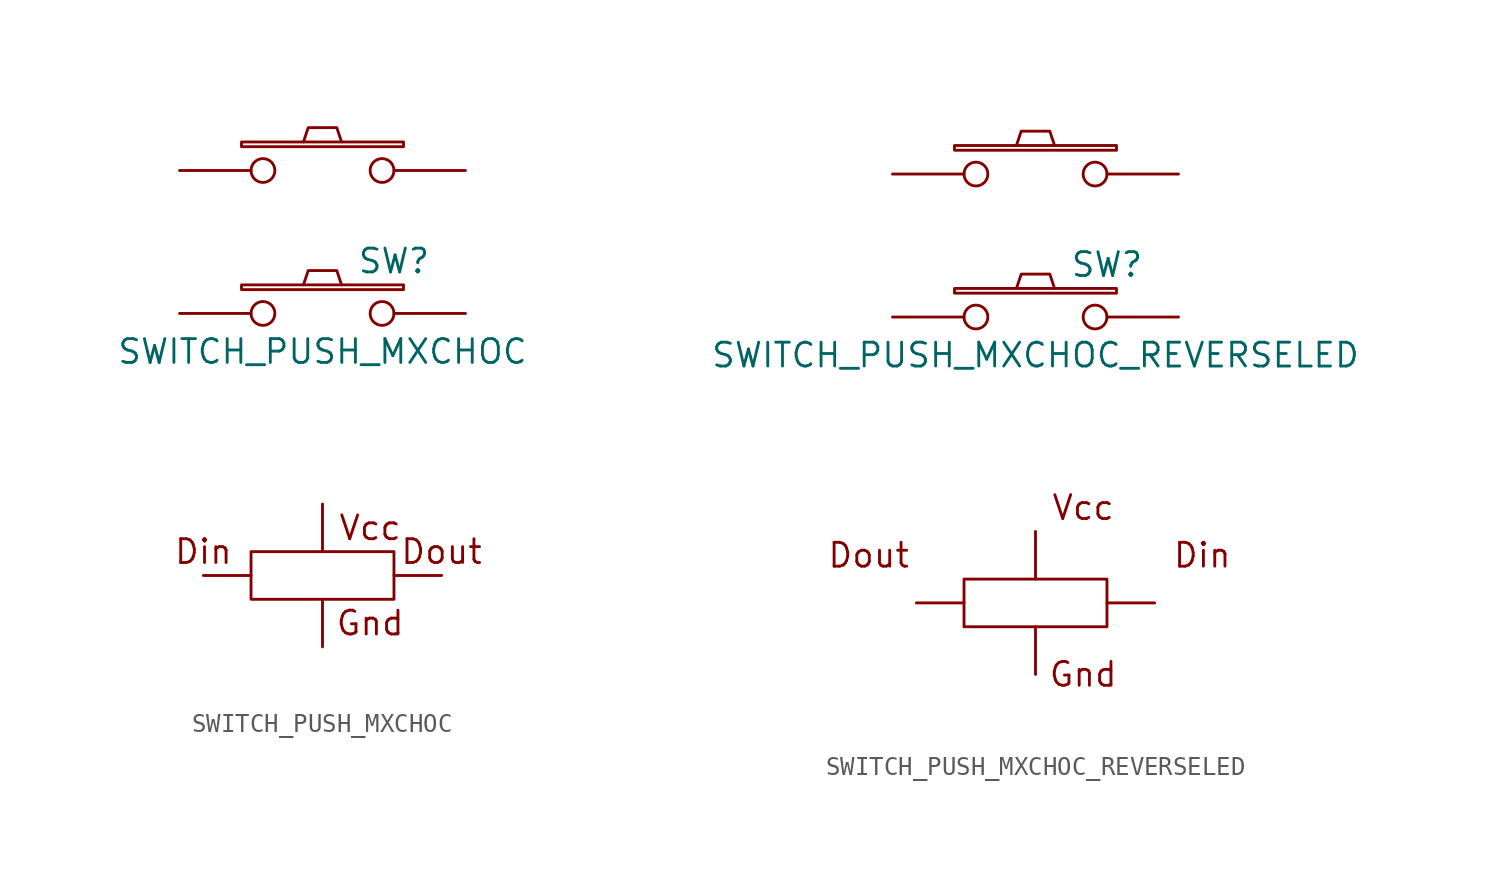
<source format=kicad_sym>
(kicad_symbol_lib
  (version 20200126)
  (host kicad_symbol_editor "(5.99.0-2043-g129c16cf7)")
  (symbol "switches:SWITCH_PUSH_MXCHOC"
    (pin_numbers hide)
    (pin_names hide)
    (property "Reference" "SW"
      (at 3.81 2.794 0)
      (effects (font (size 1.27 1.27))))
    (property "Value" "SWITCH_PUSH_MXCHOC"
      (at 0 -2.032 0)
      (effects (font (size 1.27 1.27))))
    (symbol "SWITCH_PUSH_MXCHOC_0_0"
      (text "Din" (at -6.35 -12.7 0) (effects (font (size 1.27 1.27))))
      (text "Vcc" (at 2.54 -11.43 0) (effects (font (size 1.27 1.27)))))
    (symbol "SWITCH_PUSH_MXCHOC_1_1"
      (text "Dout" (at 6.35 -12.7 0) (effects (font (size 1.27 1.27))))
      (text "Gnd" (at 2.54 -16.51 0) (effects (font (size 1.27 1.27))))
      (rectangle (start -4.318 8.89) (end 4.318 9.144) (stroke (width 0)) (fill (type none)))
      (rectangle (start -3.81 -12.7) (end 3.81 -15.24) (stroke (width 0)) (fill (type none)))
      (polyline (pts (xy -1.016 9.144) (xy -0.762 9.906) (xy 0.762 9.906) (xy 1.016 9.144)) (stroke (width 0)) (fill (type none)))
      (pin passive inverted (at -7.62 7.62 0) (length 5.08) (name "1" (effects (font (size 1.524 1.524)))) (number "1" (effects (font (size 1.524 1.524)))))
      (pin passive line (at 0 -10.16 270) (length 2.54) (name "Vdd" (effects (font (size 1.27 1.27)))) (number "10" (effects (font (size 1.27 1.27)))))
      (pin input line (at -6.35 -13.97 0) (length 2.54) (name "Din" (effects (font (size 1.27 1.27)))) (number "11" (effects (font (size 1.27 1.27)))))
      (pin passive line (at 0 -17.78 90) (length 2.54) (name "VSS" (effects (font (size 1.27 1.27)))) (number "12" (effects (font (size 1.27 1.27)))))
      (pin passive inverted (at 7.62 7.62 180) (length 5.08) (name "2" (effects (font (size 1.524 1.524)))) (number "2" (effects (font (size 1.524 1.524)))))
      (pin output line (at 6.35 -13.97 180) (length 2.54) (name "Dout" (effects (font (size 1.27 1.27)))) (number "9" (effects (font (size 1.27 1.27))))))
    (symbol "SWITCH_PUSH_MXCHOC_0_1"
      (rectangle (start -4.318 1.27) (end 4.318 1.524) (stroke (width 0)) (fill (type none)))
      (polyline (pts (xy -1.016 1.524) (xy -0.762 2.286) (xy 0.762 2.286) (xy 1.016 1.524)) (stroke (width 0)) (fill (type none)))
      (pin passive inverted (at -7.62 0 0) (length 5.08) (name "3" (effects (font (size 1.524 1.524)))) (number "3" (effects (font (size 1.524 1.524)))))
      (pin passive inverted (at 7.62 0 180) (length 5.08) (name "4" (effects (font (size 1.524 1.524)))) (number "4" (effects (font (size 1.524 1.524)))))))
  (symbol "switches:SWITCH_PUSH_MXCHOC_REVERSELED"
    (pin_numbers hide)
    (pin_names hide)
    (property "Reference" "SW"
      (at 3.81 2.794 0)
      (effects (font (size 1.27 1.27))))
    (property "Value" "SWITCH_PUSH_MXCHOC_REVERSELED"
      (at 0 -2.032 0)
      (effects (font (size 1.27 1.27))))
    (symbol "SWITCH_PUSH_MXCHOC_REVERSELED_0_0"
      (text "Dout" (at -8.89 -12.7 0) (effects (font (size 1.27 1.27))))
      (text "Vcc" (at 2.54 -10.16 0) (effects (font (size 1.27 1.27)))))
    (symbol "SWITCH_PUSH_MXCHOC_REVERSELED_1_1"
      (text "Din" (at 8.89 -12.7 0) (effects (font (size 1.27 1.27))))
      (text "Gnd" (at 2.54 -19.05 0) (effects (font (size 1.27 1.27))))
      (rectangle (start -4.318 8.89) (end 4.318 9.144) (stroke (width 0)) (fill (type none)))
      (rectangle (start -3.81 -13.97) (end 3.81 -16.51) (stroke (width 0)) (fill (type none)))
      (polyline (pts (xy -1.016 9.144) (xy -0.762 9.906) (xy 0.762 9.906) (xy 1.016 9.144)) (stroke (width 0)) (fill (type none)))
      (pin passive inverted (at -7.62 7.62 0) (length 5.08) (name "1" (effects (font (size 1.524 1.524)))) (number "1" (effects (font (size 1.524 1.524)))))
      (pin passive line (at 0 -11.43 270) (length 2.54) (name "Vdd" (effects (font (size 1.27 1.27)))) (number "10" (effects (font (size 1.27 1.27)))))
      (pin output line (at 6.35 -15.24 180) (length 2.54) (name "Din" (effects (font (size 1.27 1.27)))) (number "11" (effects (font (size 1.27 1.27)))))
      (pin passive line (at 0 -19.05 90) (length 2.54) (name "VSS" (effects (font (size 1.27 1.27)))) (number "12" (effects (font (size 1.27 1.27)))))
      (pin passive inverted (at 7.62 7.62 180) (length 5.08) (name "2" (effects (font (size 1.524 1.524)))) (number "2" (effects (font (size 1.524 1.524)))))
      (pin input line (at -6.35 -15.24 0) (length 2.54) (name "Dout" (effects (font (size 1.27 1.27)))) (number "9" (effects (font (size 1.27 1.27))))))
    (symbol "SWITCH_PUSH_MXCHOC_REVERSELED_0_1"
      (rectangle (start -4.318 1.27) (end 4.318 1.524) (stroke (width 0)) (fill (type none)))
      (polyline (pts (xy -1.016 1.524) (xy -0.762 2.286) (xy 0.762 2.286) (xy 1.016 1.524)) (stroke (width 0)) (fill (type none)))
      (pin passive inverted (at -7.62 0 0) (length 5.08) (name "3" (effects (font (size 1.524 1.524)))) (number "3" (effects (font (size 1.524 1.524)))))
      (pin passive inverted (at 7.62 0 180) (length 5.08) (name "4" (effects (font (size 1.524 1.524)))) (number "4" (effects (font (size 1.524 1.524))))))))
</source>
